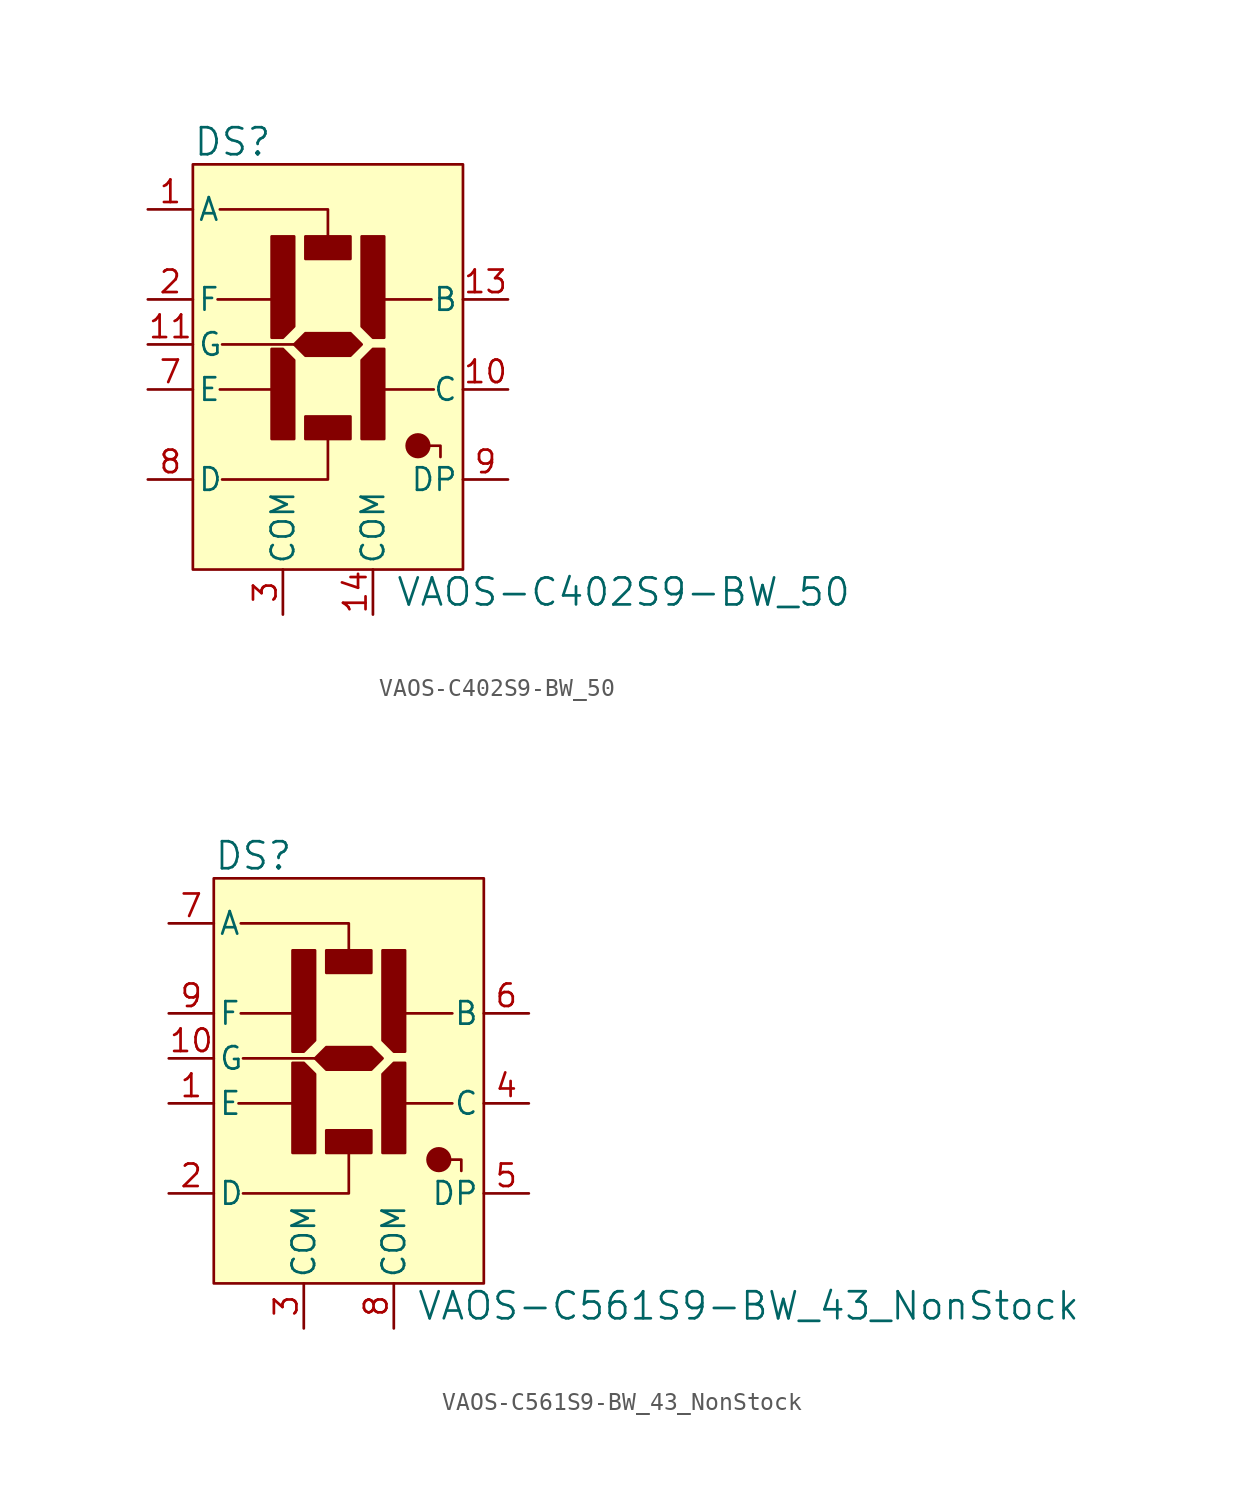
<source format=kicad_sym>
(kicad_symbol_lib
  (version 20201005)
  (generator kicad_symbol_editor)
  (symbol "VAOS-C402S9-BW_50"
    (pin_names
      (offset 0.254))
    (property "Reference" "DS"
      (at -7.62 11.43 0)
      (effects (font (size 1.524 1.524)) (justify left)))
    (property "Value" "VAOS-C402S9-BW_50"
      (at 3.81 -13.97 0)
      (effects (font (size 1.524 1.524)) (justify left)))
    (symbol "VAOS-C402S9-BW_50_0_1"
      (circle (center 5.08 -5.715) (radius 0.635) (stroke (width 0)) (fill (type outline)))
      (rectangle (start -7.62 10.16) (end 7.62 -12.7) (stroke (width 0)) (fill (type background)))
      (rectangle (start -1.27 -4.064) (end 1.27 -5.334) (stroke (width 0)) (fill (type outline)))
      (rectangle (start 1.27 4.826) (end -1.27 6.096) (stroke (width 0)) (fill (type outline)))
      (polyline (pts (xy -6.223 2.54) (xy -2.54 2.54)) (stroke (width 0)) (fill (type none)))
      (polyline (pts (xy -6.096 -2.54) (xy -2.54 -2.54)) (stroke (width 0)) (fill (type none)))
      (polyline (pts (xy -5.969 0) (xy 0 0)) (stroke (width 0)) (fill (type none)))
      (polyline (pts (xy 5.842 2.54) (xy 2.54 2.54)) (stroke (width 0)) (fill (type none)))
      (polyline (pts (xy 5.969 -2.54) (xy 2.54 -2.54)) (stroke (width 0)) (fill (type none)))
      (polyline (pts (xy -6.096 7.62) (xy 0 7.62) (xy 0 5.08)) (stroke (width 0)) (fill (type none)))
      (polyline (pts (xy -5.969 -7.62) (xy 0 -7.62) (xy 0 -5.08)) (stroke (width 0)) (fill (type none)))
      (polyline (pts (xy 6.35 -6.35) (xy 6.35 -5.715) (xy 5.08 -5.715)) (stroke (width 0)) (fill (type none)))
      (polyline (pts (xy -1.905 1.016) (xy -2.54 0.381) (xy -3.175 0.381) (xy -3.175 6.096) (xy -1.905 6.096) (xy -1.905 1.016)) (stroke (width 0)) (fill (type outline)))
      (polyline (pts (xy 1.905 -0.889) (xy 2.54 -0.254) (xy 3.175 -0.254) (xy 3.175 -5.334) (xy 1.905 -5.334) (xy 1.905 -0.889)) (stroke (width 0)) (fill (type outline)))
      (polyline (pts (xy 1.905 1.016) (xy 2.54 0.381) (xy 3.175 0.381) (xy 3.175 6.096) (xy 1.905 6.096) (xy 1.905 1.016)) (stroke (width 0)) (fill (type outline)))
      (polyline (pts (xy -1.905 -0.889) (xy -2.54 -0.254) (xy -3.175 -0.254) (xy -3.175 -5.334) (xy -2.54 -5.334) (xy -1.905 -5.334) (xy -1.905 -0.889)) (stroke (width 0)) (fill (type outline)))
      (polyline (pts (xy -1.905 0) (xy -1.27 0.635) (xy 1.27 0.635) (xy 1.905 0) (xy 1.27 -0.635) (xy -1.27 -0.635) (xy -1.905 0)) (stroke (width 0)) (fill (type outline))))
    (symbol "VAOS-C402S9-BW_50_1_0"
      (pin passive line (at -2.54 -15.24 90) (length 2.54) (name "COM" (effects (font (size 1.27 1.27)))) (number "3" (effects (font (size 1.27 1.27)))))
      (pin passive line (at 2.54 -15.24 90) (length 2.54) (name "COM" (effects (font (size 1.27 1.27)))) (number "14" (effects (font (size 1.27 1.27))))))
    (symbol "VAOS-C402S9-BW_50_1_1"
      (pin input line (at -10.16 7.62 0) (length 2.54) (name "A" (effects (font (size 1.27 1.27)))) (number "1" (effects (font (size 1.27 1.27)))))
      (pin input line (at -10.16 2.54 0) (length 2.54) (name "F" (effects (font (size 1.27 1.27)))) (number "2" (effects (font (size 1.27 1.27)))))
      (pin input line (at -10.16 -2.54 0) (length 2.54) (name "E" (effects (font (size 1.27 1.27)))) (number "7" (effects (font (size 1.27 1.27)))))
      (pin input line (at -10.16 -7.62 0) (length 2.54) (name "D" (effects (font (size 1.27 1.27)))) (number "8" (effects (font (size 1.27 1.27)))))
      (pin input line (at 10.16 -7.62 180) (length 2.54) (name "DP" (effects (font (size 1.27 1.27)))) (number "9" (effects (font (size 1.27 1.27)))))
      (pin input line (at 10.16 -2.54 180) (length 2.54) (name "C" (effects (font (size 1.27 1.27)))) (number "10" (effects (font (size 1.27 1.27)))))
      (pin input line (at -10.16 0 0) (length 2.54) (name "G" (effects (font (size 1.27 1.27)))) (number "11" (effects (font (size 1.27 1.27)))))
      (pin input line (at 10.16 2.54 180) (length 2.54) (name "B" (effects (font (size 1.27 1.27)))) (number "13" (effects (font (size 1.27 1.27)))))))
  (symbol "VAOS-C561S9-BW_43_NonStock"
    (pin_names
      (offset 0.254))
    (property "Reference" "DS"
      (at -7.62 11.43 0)
      (effects (font (size 1.524 1.524)) (justify left)))
    (property "Value" "VAOS-C561S9-BW_43_NonStock"
      (at 3.81 -13.97 0)
      (effects (font (size 1.524 1.524)) (justify left)))
    (symbol "VAOS-C561S9-BW_43_NonStock_0_1"
      (circle (center 5.08 -5.715) (radius 0.635) (stroke (width 0)) (fill (type outline)))
      (rectangle (start -7.62 10.16) (end 7.62 -12.7) (stroke (width 0)) (fill (type background)))
      (rectangle (start -1.27 -4.064) (end 1.27 -5.334) (stroke (width 0)) (fill (type outline)))
      (rectangle (start 1.27 4.826) (end -1.27 6.096) (stroke (width 0)) (fill (type outline)))
      (polyline (pts (xy -6.223 -2.54) (xy -2.54 -2.54)) (stroke (width 0)) (fill (type none)))
      (polyline (pts (xy -6.096 2.54) (xy -2.54 2.54)) (stroke (width 0)) (fill (type none)))
      (polyline (pts (xy -5.969 0) (xy 0 0)) (stroke (width 0)) (fill (type none)))
      (polyline (pts (xy 5.842 -2.54) (xy 2.54 -2.54)) (stroke (width 0)) (fill (type none)))
      (polyline (pts (xy 5.842 2.54) (xy 2.54 2.54)) (stroke (width 0)) (fill (type none)))
      (polyline (pts (xy -6.096 7.62) (xy 0 7.62) (xy 0 5.08)) (stroke (width 0)) (fill (type none)))
      (polyline (pts (xy -5.969 -7.62) (xy 0 -7.62) (xy 0 -5.08)) (stroke (width 0)) (fill (type none)))
      (polyline (pts (xy 6.35 -6.35) (xy 6.35 -5.715) (xy 5.08 -5.715)) (stroke (width 0)) (fill (type none)))
      (polyline (pts (xy -1.905 1.016) (xy -2.54 0.381) (xy -3.175 0.381) (xy -3.175 6.096) (xy -1.905 6.096) (xy -1.905 1.016)) (stroke (width 0)) (fill (type outline)))
      (polyline (pts (xy 1.905 -0.889) (xy 2.54 -0.254) (xy 3.175 -0.254) (xy 3.175 -5.334) (xy 1.905 -5.334) (xy 1.905 -0.889)) (stroke (width 0)) (fill (type outline)))
      (polyline (pts (xy 1.905 1.016) (xy 2.54 0.381) (xy 3.175 0.381) (xy 3.175 6.096) (xy 1.905 6.096) (xy 1.905 1.016)) (stroke (width 0)) (fill (type outline)))
      (polyline (pts (xy -1.905 -0.889) (xy -2.54 -0.254) (xy -3.175 -0.254) (xy -3.175 -5.334) (xy -2.54 -5.334) (xy -1.905 -5.334) (xy -1.905 -0.889)) (stroke (width 0)) (fill (type outline)))
      (polyline (pts (xy -1.905 0) (xy -1.27 0.635) (xy 1.27 0.635) (xy 1.905 0) (xy 1.27 -0.635) (xy -1.27 -0.635) (xy -1.905 0)) (stroke (width 0)) (fill (type outline))))
    (symbol "VAOS-C561S9-BW_43_NonStock_1_0"
      (pin passive line (at -2.54 -15.24 90) (length 2.54) (name "COM" (effects (font (size 1.27 1.27)))) (number "3" (effects (font (size 1.27 1.27)))))
      (pin passive line (at 2.54 -15.24 90) (length 2.54) (name "COM" (effects (font (size 1.27 1.27)))) (number "8" (effects (font (size 1.27 1.27))))))
    (symbol "VAOS-C561S9-BW_43_NonStock_1_1"
      (pin input line (at -10.16 -2.54 0) (length 2.54) (name "E" (effects (font (size 1.27 1.27)))) (number "1" (effects (font (size 1.27 1.27)))))
      (pin input line (at -10.16 -7.62 0) (length 2.54) (name "D" (effects (font (size 1.27 1.27)))) (number "2" (effects (font (size 1.27 1.27)))))
      (pin input line (at 10.16 -2.54 180) (length 2.54) (name "C" (effects (font (size 1.27 1.27)))) (number "4" (effects (font (size 1.27 1.27)))))
      (pin input line (at 10.16 -7.62 180) (length 2.54) (name "DP" (effects (font (size 1.27 1.27)))) (number "5" (effects (font (size 1.27 1.27)))))
      (pin input line (at 10.16 2.54 180) (length 2.54) (name "B" (effects (font (size 1.27 1.27)))) (number "6" (effects (font (size 1.27 1.27)))))
      (pin input line (at -10.16 7.62 0) (length 2.54) (name "A" (effects (font (size 1.27 1.27)))) (number "7" (effects (font (size 1.27 1.27)))))
      (pin input line (at -10.16 2.54 0) (length 2.54) (name "F" (effects (font (size 1.27 1.27)))) (number "9" (effects (font (size 1.27 1.27)))))
      (pin input line (at -10.16 0 0) (length 2.54) (name "G" (effects (font (size 1.27 1.27)))) (number "10" (effects (font (size 1.27 1.27))))))))
</source>
